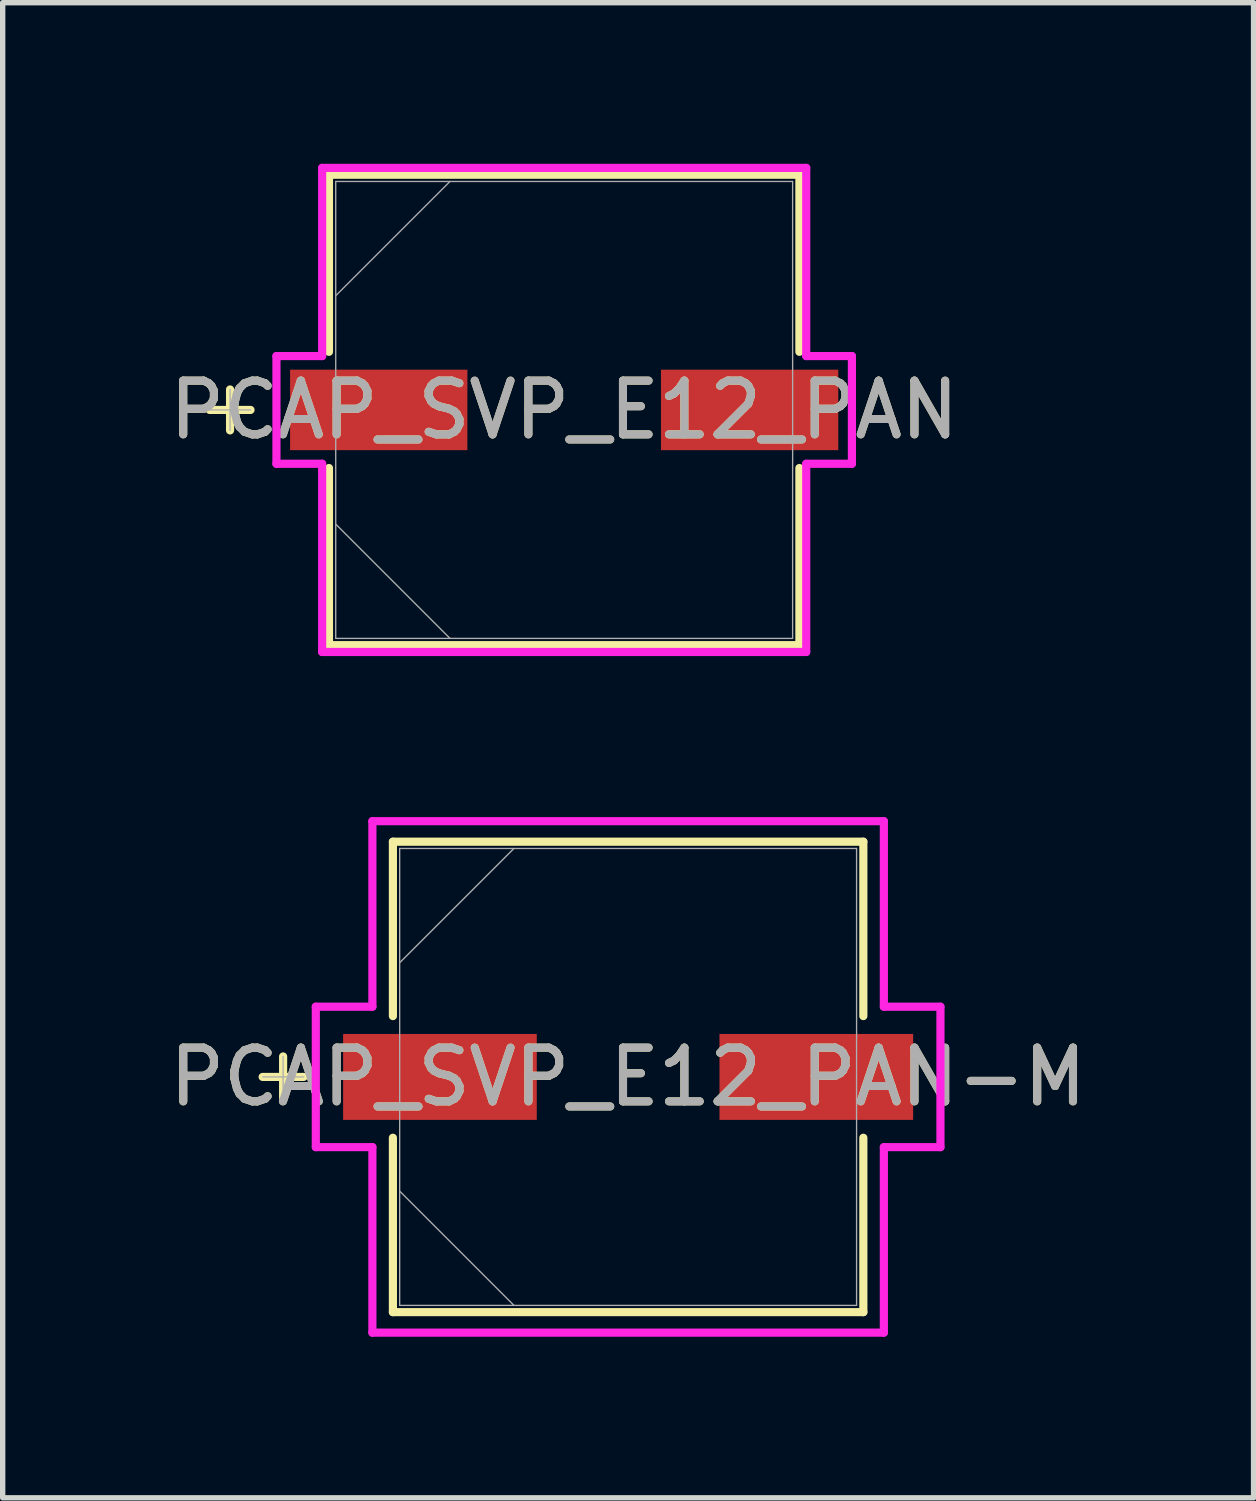
<source format=kicad_pcb>
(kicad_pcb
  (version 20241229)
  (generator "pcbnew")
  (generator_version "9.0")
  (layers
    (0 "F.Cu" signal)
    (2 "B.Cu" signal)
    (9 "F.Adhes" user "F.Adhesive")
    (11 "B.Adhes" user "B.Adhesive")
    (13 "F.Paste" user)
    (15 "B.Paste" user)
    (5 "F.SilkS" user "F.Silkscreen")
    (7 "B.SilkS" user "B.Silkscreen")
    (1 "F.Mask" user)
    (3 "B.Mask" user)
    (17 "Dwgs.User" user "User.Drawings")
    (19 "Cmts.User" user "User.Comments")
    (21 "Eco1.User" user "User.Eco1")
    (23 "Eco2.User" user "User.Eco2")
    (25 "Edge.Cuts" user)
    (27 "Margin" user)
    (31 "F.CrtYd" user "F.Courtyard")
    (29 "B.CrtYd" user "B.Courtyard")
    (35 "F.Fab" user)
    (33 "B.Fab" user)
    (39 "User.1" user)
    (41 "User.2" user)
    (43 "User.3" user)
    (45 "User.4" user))
  (footprint "PCAP_SVP_E12_PAN"
    (layer "F.Cu")
    (at 7.458 4.585)
    (property "Reference" "PCAP_SVP_E12_PAN" (at 0 0 0) (unlocked yes) (layer "F.SilkS") (effects (font (size 1 1) (thickness 0.15))))
    (attr smd)
    (fp_line (start -6.223 -0.381) (end -6.223 0.381) (stroke (width 0.152) (type solid)) (layer "F.SilkS"))
    (fp_line (start -5.842 0) (end -6.604 0) (stroke (width 0.152) (type solid)) (layer "F.SilkS"))
    (fp_line (start -4.381 -4.381) (end -4.381 -1.082) (stroke (width 0.152) (type solid)) (layer "F.SilkS"))
    (fp_line (start -4.381 1.082) (end -4.381 4.381) (stroke (width 0.152) (type solid)) (layer "F.SilkS"))
    (fp_line (start -4.381 4.381) (end 4.381 4.381) (stroke (width 0.152) (type solid)) (layer "F.SilkS"))
    (fp_line (start 4.381 -4.381) (end -4.381 -4.381) (stroke (width 0.152) (type solid)) (layer "F.SilkS"))
    (fp_line (start 4.381 -1.082) (end 4.381 -4.381) (stroke (width 0.152) (type solid)) (layer "F.SilkS"))
    (fp_line (start 4.381 4.381) (end 4.381 1.082) (stroke (width 0.152) (type solid)) (layer "F.SilkS"))
    (fp_line (start -5.359 -1.003) (end -4.508 -1.003) (stroke (width 0.152) (type solid)) (layer "F.CrtYd"))
    (fp_line (start -5.359 1.003) (end -5.359 -1.003) (stroke (width 0.152) (type solid)) (layer "F.CrtYd"))
    (fp_line (start -4.508 -4.508) (end 4.508 -4.508) (stroke (width 0.152) (type solid)) (layer "F.CrtYd"))
    (fp_line (start -4.508 -1.003) (end -4.508 -4.508) (stroke (width 0.152) (type solid)) (layer "F.CrtYd"))
    (fp_line (start -4.508 1.003) (end -5.359 1.003) (stroke (width 0.152) (type solid)) (layer "F.CrtYd"))
    (fp_line (start -4.508 4.508) (end -4.508 1.003) (stroke (width 0.152) (type solid)) (layer "F.CrtYd"))
    (fp_line (start 4.508 -4.508) (end 4.508 -1.003) (stroke (width 0.152) (type solid)) (layer "F.CrtYd"))
    (fp_line (start 4.508 -1.003) (end 5.359 -1.003) (stroke (width 0.152) (type solid)) (layer "F.CrtYd"))
    (fp_line (start 4.508 1.003) (end 4.508 4.508) (stroke (width 0.152) (type solid)) (layer "F.CrtYd"))
    (fp_line (start 4.508 4.508) (end -4.508 4.508) (stroke (width 0.152) (type solid)) (layer "F.CrtYd"))
    (fp_line (start 5.359 -1.003) (end 5.359 1.003) (stroke (width 0.152) (type solid)) (layer "F.CrtYd"))
    (fp_line (start 5.359 1.003) (end 4.508 1.003) (stroke (width 0.152) (type solid)) (layer "F.CrtYd"))
    (fp_line (start -6.223 -0.381) (end -6.223 0.381) (stroke (width 0.025) (type solid)) (layer "F.Fab"))
    (fp_line (start -5.842 0) (end -6.604 0) (stroke (width 0.025) (type solid)) (layer "F.Fab"))
    (fp_line (start -4.255 -4.255) (end -4.255 4.255) (stroke (width 0.025) (type solid)) (layer "F.Fab"))
    (fp_line (start -4.255 -2.127) (end -2.127 -4.255) (stroke (width 0.025) (type solid)) (layer "F.Fab"))
    (fp_line (start -4.255 2.127) (end -2.127 4.255) (stroke (width 0.025) (type solid)) (layer "F.Fab"))
    (fp_line (start -4.255 4.255) (end 4.255 4.255) (stroke (width 0.025) (type solid)) (layer "F.Fab"))
    (fp_line (start 4.255 -4.255) (end -4.255 -4.255) (stroke (width 0.025) (type solid)) (layer "F.Fab"))
    (fp_line (start 4.255 4.255) (end 4.255 -4.255) (stroke (width 0.025) (type solid)) (layer "F.Fab"))
    (fp_text user "${REFERENCE}" (at 0 0 0) (unlocked yes) (layer "F.Fab") (effects (font (size 1 1) (thickness 0.15))))
    (pad "1" smd rect (at -3.454 0) (size 3.302 1.499) (layers "F.Cu" "F.Mask" "F.Paste"))
    (pad "2" smd rect (at 3.454 0) (size 3.302 1.499) (layers "F.Cu" "F.Mask" "F.Paste"))
    (zone (net_name "") (layer "F.Cu") (hatch full 0.508) (connect_pads) (min_thickness 0.254) (filled_areas_thickness no) (keepout (tracks not_allowed) (vias not_allowed) (pads allowed) (copperpour not_allowed) (footprints allowed)) (placement (enabled no)) (fill) (polygon (pts (xy 3.255 0.381) (xy 11.662 0.381) (xy 11.662 3.785) (xy 3.255 3.785))))
    (zone (net_name "") (layer "F.Cu") (hatch full 0.508) (connect_pads) (min_thickness 0.254) (filled_areas_thickness no) (keepout (tracks not_allowed) (vias not_allowed) (pads allowed) (copperpour not_allowed) (footprints allowed)) (placement (enabled no)) (fill) (polygon (pts (xy 3.255 5.385) (xy 11.662 5.385) (xy 11.662 8.788) (xy 3.255 8.788))))
    (zone (net_name "") (layer "F.Cu") (hatch full 0.508) (connect_pads) (min_thickness 0.254) (filled_areas_thickness no) (keepout (tracks not_allowed) (vias not_allowed) (pads allowed) (copperpour not_allowed) (footprints allowed)) (placement (enabled no)) (fill) (polygon (pts (xy 5.706 3.785) (xy 9.211 3.785) (xy 9.211 5.385) (xy 5.706 5.385)))))
  (footprint "PCAP_SVP_E12_PAN-M"
    (layer "F.Cu")
    (at 8.649 17.008)
    (property "Reference" "PCAP_SVP_E12_PAN-M" (at 0 0 0) (unlocked yes) (layer "F.SilkS") (effects (font (size 1 1) (thickness 0.15))))
    (attr smd)
    (fp_line (start -6.426 -0.381) (end -6.426 0.381) (stroke (width 0.152) (type solid)) (layer "F.SilkS"))
    (fp_line (start -6.045 0) (end -6.807 0) (stroke (width 0.152) (type solid)) (layer "F.SilkS"))
    (fp_line (start -4.381 -4.381) (end -4.381 -1.133) (stroke (width 0.152) (type solid)) (layer "F.SilkS"))
    (fp_line (start -4.381 1.133) (end -4.381 4.381) (stroke (width 0.152) (type solid)) (layer "F.SilkS"))
    (fp_line (start -4.381 4.381) (end 4.381 4.381) (stroke (width 0.152) (type solid)) (layer "F.SilkS"))
    (fp_line (start 4.381 -4.381) (end -4.381 -4.381) (stroke (width 0.152) (type solid)) (layer "F.SilkS"))
    (fp_line (start 4.381 -1.133) (end 4.381 -4.381) (stroke (width 0.152) (type solid)) (layer "F.SilkS"))
    (fp_line (start 4.381 4.381) (end 4.381 1.133) (stroke (width 0.152) (type solid)) (layer "F.SilkS"))
    (fp_line (start -5.817 -1.308) (end -4.763 -1.308) (stroke (width 0.152) (type solid)) (layer "F.CrtYd"))
    (fp_line (start -5.817 1.308) (end -5.817 -1.308) (stroke (width 0.152) (type solid)) (layer "F.CrtYd"))
    (fp_line (start -4.763 -4.763) (end 4.763 -4.763) (stroke (width 0.152) (type solid)) (layer "F.CrtYd"))
    (fp_line (start -4.763 -1.308) (end -4.763 -4.763) (stroke (width 0.152) (type solid)) (layer "F.CrtYd"))
    (fp_line (start -4.763 1.308) (end -5.817 1.308) (stroke (width 0.152) (type solid)) (layer "F.CrtYd"))
    (fp_line (start -4.763 4.763) (end -4.763 1.308) (stroke (width 0.152) (type solid)) (layer "F.CrtYd"))
    (fp_line (start 4.763 -4.763) (end 4.763 -1.308) (stroke (width 0.152) (type solid)) (layer "F.CrtYd"))
    (fp_line (start 4.763 -1.308) (end 5.817 -1.308) (stroke (width 0.152) (type solid)) (layer "F.CrtYd"))
    (fp_line (start 4.763 1.308) (end 4.763 4.763) (stroke (width 0.152) (type solid)) (layer "F.CrtYd"))
    (fp_line (start 4.763 4.763) (end -4.763 4.763) (stroke (width 0.152) (type solid)) (layer "F.CrtYd"))
    (fp_line (start 5.817 -1.308) (end 5.817 1.308) (stroke (width 0.152) (type solid)) (layer "F.CrtYd"))
    (fp_line (start 5.817 1.308) (end 4.763 1.308) (stroke (width 0.152) (type solid)) (layer "F.CrtYd"))
    (fp_line (start -6.426 -0.381) (end -6.426 0.381) (stroke (width 0.025) (type solid)) (layer "F.Fab"))
    (fp_line (start -6.045 0) (end -6.807 0) (stroke (width 0.025) (type solid)) (layer "F.Fab"))
    (fp_line (start -4.255 -4.255) (end -4.255 4.255) (stroke (width 0.025) (type solid)) (layer "F.Fab"))
    (fp_line (start -4.255 -2.127) (end -2.127 -4.255) (stroke (width 0.025) (type solid)) (layer "F.Fab"))
    (fp_line (start -4.255 2.127) (end -2.127 4.255) (stroke (width 0.025) (type solid)) (layer "F.Fab"))
    (fp_line (start -4.255 4.255) (end 4.255 4.255) (stroke (width 0.025) (type solid)) (layer "F.Fab"))
    (fp_line (start 4.255 -4.255) (end -4.255 -4.255) (stroke (width 0.025) (type solid)) (layer "F.Fab"))
    (fp_line (start 4.255 4.255) (end 4.255 -4.255) (stroke (width 0.025) (type solid)) (layer "F.Fab"))
    (fp_text user "${REFERENCE}" (at 0 0 0) (unlocked yes) (layer "F.Fab") (effects (font (size 1 1) (thickness 0.15))))
    (pad "1" smd rect (at -3.505 0) (size 3.607 1.6) (layers "F.Cu" "F.Mask" "F.Paste"))
    (pad "2" smd rect (at 3.505 0) (size 3.607 1.6) (layers "F.Cu" "F.Mask" "F.Paste"))
    (zone (net_name "") (layer "F.Cu") (hatch full 0.508) (connect_pads) (min_thickness 0.254) (filled_areas_thickness no) (keepout (tracks not_allowed) (vias not_allowed) (pads allowed) (copperpour not_allowed) (footprints allowed)) (placement (enabled no)) (fill) (polygon (pts (xy 4.445 12.804) (xy 12.853 12.804) (xy 12.853 16.157) (xy 4.445 16.157))))
    (zone (net_name "") (layer "F.Cu") (hatch full 0.508) (connect_pads) (min_thickness 0.254) (filled_areas_thickness no) (keepout (tracks not_allowed) (vias not_allowed) (pads allowed) (copperpour not_allowed) (footprints allowed)) (placement (enabled no)) (fill) (polygon (pts (xy 4.445 17.859) (xy 12.853 17.859) (xy 12.853 21.212) (xy 4.445 21.212))))
    (zone (net_name "") (layer "F.Cu") (hatch full 0.508) (connect_pads) (min_thickness 0.254) (filled_areas_thickness no) (keepout (tracks not_allowed) (vias not_allowed) (pads allowed) (copperpour not_allowed) (footprints allowed)) (placement (enabled no)) (fill) (polygon (pts (xy 6.998 16.157) (xy 10.3 16.157) (xy 10.3 17.859) (xy 6.998 17.859)))))
  (gr_rect
    (start -3 -3)
    (end 20.298 24.847)
    (stroke (width 0.1) (type default))
    (fill no)
    (layer "Edge.Cuts")))
</source>
